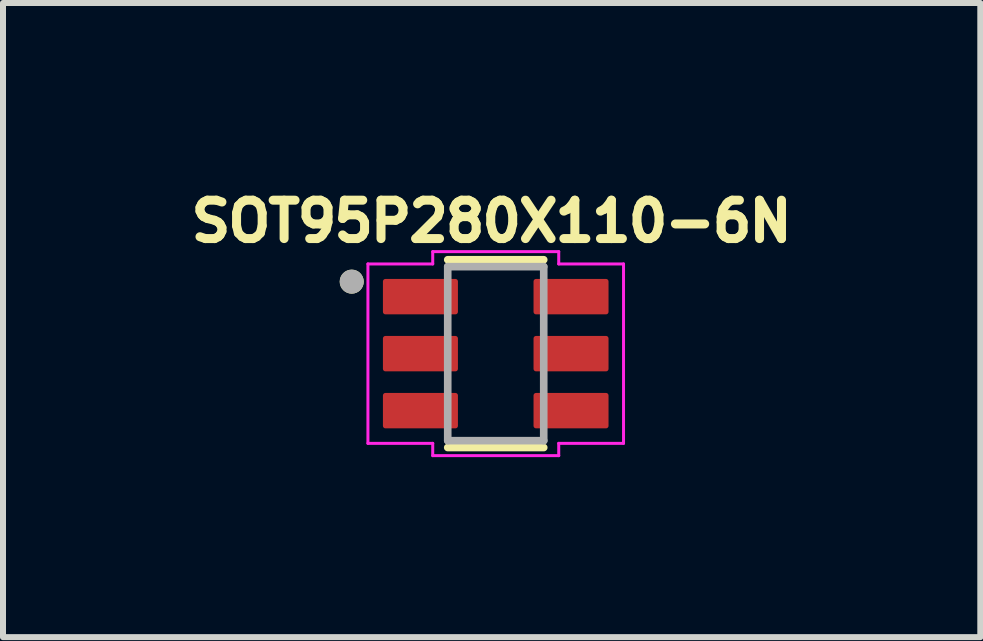
<source format=kicad_pcb>
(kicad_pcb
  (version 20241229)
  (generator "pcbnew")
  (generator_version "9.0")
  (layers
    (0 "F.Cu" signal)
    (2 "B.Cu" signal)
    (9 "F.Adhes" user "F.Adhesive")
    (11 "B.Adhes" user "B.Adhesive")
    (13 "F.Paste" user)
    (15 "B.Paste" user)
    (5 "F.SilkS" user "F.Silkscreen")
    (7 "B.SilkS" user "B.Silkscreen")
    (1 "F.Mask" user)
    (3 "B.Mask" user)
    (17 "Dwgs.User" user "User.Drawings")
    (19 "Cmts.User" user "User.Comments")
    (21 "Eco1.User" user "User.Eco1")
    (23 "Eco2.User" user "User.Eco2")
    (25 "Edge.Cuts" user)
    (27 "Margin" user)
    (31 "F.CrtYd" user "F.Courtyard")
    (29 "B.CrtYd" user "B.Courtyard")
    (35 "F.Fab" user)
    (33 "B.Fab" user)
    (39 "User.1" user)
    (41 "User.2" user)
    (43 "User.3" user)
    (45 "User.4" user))
  (footprint "SOT95P280X110-6N"
    (layer "F.Cu")
    (at 5.212 2.844)
    (property "Reference" "SOT95P280X110-6N" (at -0.068 -2.206 0) (layer "F.SilkS") (effects (font (size 0.64 0.64) (thickness 0.15))))
    (attr smd)
    (fp_line (start -0.8 -1.565) (end 0.8 -1.565) (stroke (width 0.127) (type solid)) (layer "F.SilkS"))
    (fp_line (start -0.8 1.565) (end 0.8 1.565) (stroke (width 0.127) (type solid)) (layer "F.SilkS"))
    (fp_circle (center -2.4 -1.2) (end -2.3 -1.2) (stroke (width 0.2) (type solid)) (fill no) (layer "F.SilkS"))
    (fp_line (start -2.13 -1.495) (end -2.13 1.495) (stroke (width 0.05) (type solid)) (layer "F.CrtYd"))
    (fp_line (start -2.13 1.495) (end -1.05 1.495) (stroke (width 0.05) (type solid)) (layer "F.CrtYd"))
    (fp_line (start -1.05 -1.7) (end -1.05 -1.495) (stroke (width 0.05) (type solid)) (layer "F.CrtYd"))
    (fp_line (start -1.05 -1.495) (end -2.13 -1.495) (stroke (width 0.05) (type solid)) (layer "F.CrtYd"))
    (fp_line (start -1.05 1.495) (end -1.05 1.7) (stroke (width 0.05) (type solid)) (layer "F.CrtYd"))
    (fp_line (start -1.05 1.7) (end 1.05 1.7) (stroke (width 0.05) (type solid)) (layer "F.CrtYd"))
    (fp_line (start 1.05 -1.7) (end -1.05 -1.7) (stroke (width 0.05) (type solid)) (layer "F.CrtYd"))
    (fp_line (start 1.05 -1.495) (end 1.05 -1.7) (stroke (width 0.05) (type solid)) (layer "F.CrtYd"))
    (fp_line (start 1.05 1.495) (end 2.13 1.495) (stroke (width 0.05) (type solid)) (layer "F.CrtYd"))
    (fp_line (start 1.05 1.7) (end 1.05 1.495) (stroke (width 0.05) (type solid)) (layer "F.CrtYd"))
    (fp_line (start 2.13 -1.495) (end 1.05 -1.495) (stroke (width 0.05) (type solid)) (layer "F.CrtYd"))
    (fp_line (start 2.13 1.495) (end 2.13 -1.495) (stroke (width 0.05) (type solid)) (layer "F.CrtYd"))
    (fp_line (start -0.8 -1.45) (end -0.8 1.45) (stroke (width 0.127) (type solid)) (layer "F.Fab"))
    (fp_line (start -0.8 1.45) (end 0.8 1.45) (stroke (width 0.127) (type solid)) (layer "F.Fab"))
    (fp_line (start 0.8 -1.45) (end -0.8 -1.45) (stroke (width 0.127) (type solid)) (layer "F.Fab"))
    (fp_line (start 0.8 1.45) (end 0.8 -1.45) (stroke (width 0.127) (type solid)) (layer "F.Fab"))
    (fp_circle (center -2.4 -1.2) (end -2.3 -1.2) (stroke (width 0.2) (type solid)) (fill no) (layer "F.Fab"))
    (pad "1" smd roundrect (at -1.255 -0.95) (size 1.25 0.59) (layers "F.Cu" "F.Mask" "F.Paste") (roundrect_rratio 0.07))
    (pad "2" smd roundrect (at -1.255 0) (size 1.25 0.59) (layers "F.Cu" "F.Mask" "F.Paste") (roundrect_rratio 0.07))
    (pad "3" smd roundrect (at -1.255 0.95) (size 1.25 0.59) (layers "F.Cu" "F.Mask" "F.Paste") (roundrect_rratio 0.07))
    (pad "4" smd roundrect (at 1.255 0.95) (size 1.25 0.59) (layers "F.Cu" "F.Mask" "F.Paste") (roundrect_rratio 0.07))
    (pad "5" smd roundrect (at 1.255 0) (size 1.25 0.59) (layers "F.Cu" "F.Mask" "F.Paste") (roundrect_rratio 0.07))
    (pad "6" smd roundrect (at 1.255 -0.95) (size 1.25 0.59) (layers "F.Cu" "F.Mask" "F.Paste") (roundrect_rratio 0.07)))
  (gr_rect
    (start -3 -3)
    (end 13.288 7.569)
    (stroke (width 0.1) (type default))
    (fill no)
    (layer "Edge.Cuts")))
</source>
